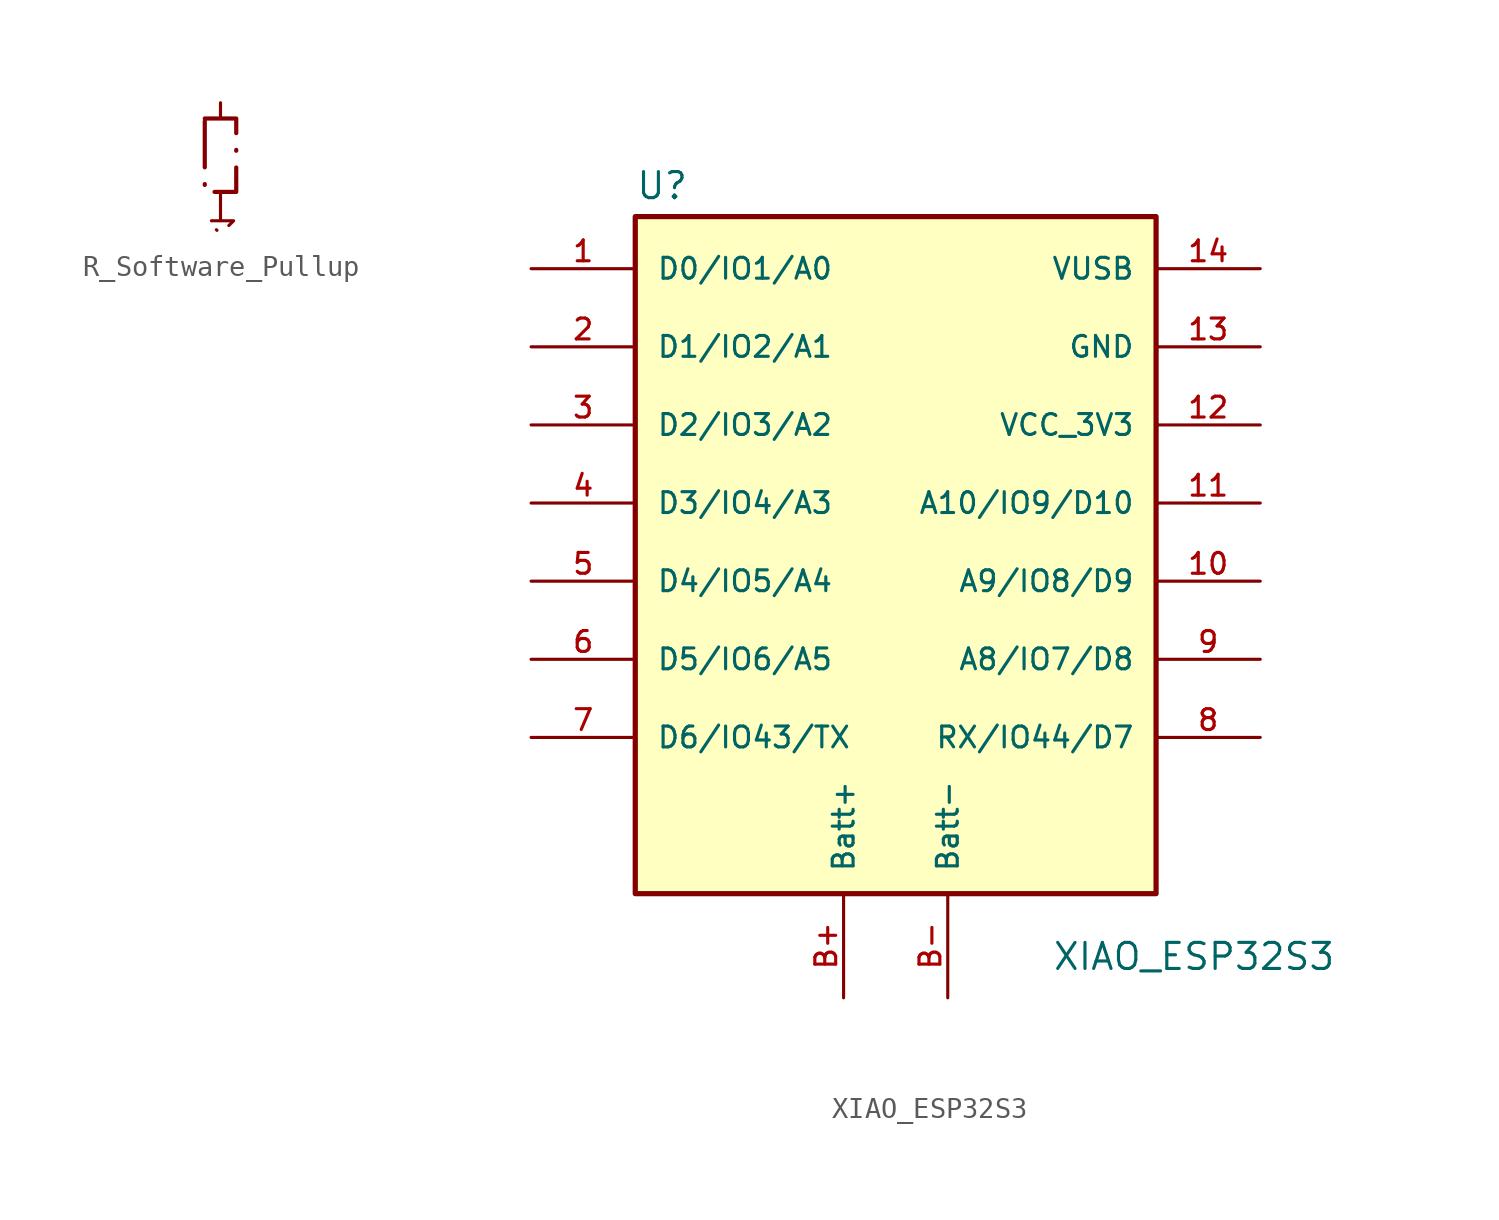
<source format=kicad_sym>
(kicad_symbol_lib
  (version 20241209)
  (generator "kicad_symbol_editor")
  (generator_version "9.0")
  (symbol "R_Software_Pullup"
    (property "Reference" "R_SW_PU"
      (at 3.556 1.016 0)
      (effects (font (size 1.016 1.016)) (hide yes)))
    (symbol "R_Software_Pullup_1_1"
      (rectangle (start -0.762 1.778) (end 0.762 -1.778) (stroke (width 0.203) (type dash_dot)) (fill (type none)))
      (polyline (pts (xy 0 -1.905) (xy 0 -3.175) (xy 0.635 -3.175) (xy 0 -3.81) (xy -0.635 -3.175) (xy 0 -3.175)) (stroke (width 0) (type default)) (fill (type none)))
      (pin passive line (at 0 2.54 270) (length 0.762) (name "~" (effects (font (size 1.27 1.27)))) (number "" (effects (font (size 1.27 1.27)))))))
  (symbol "XIAO_ESP32S3"
    (pin_names
      (offset 1.016))
    (property "Reference" "U"
      (at -12.7 16.002 0)
      (effects (font (size 1.27 1.27)) (justify left bottom)))
    (property "Value" "XIAO_ESP32S3"
      (at 7.62 -21.59 0)
      (effects (font (size 1.27 1.27)) (justify left bottom)))
    (symbol "XIAO_ESP32S3_0_0"
      (rectangle (start -12.7 15.24) (end 12.7 -17.78) (stroke (width 0.254) (type default)) (fill (type background)))
      (pin power_in line (at 17.78 12.7 180) (length 5.08) (name "VUSB" (effects (font (size 1.016 1.016)))) (number "14" (effects (font (size 1.016 1.016)))))
      (pin power_in line (at 17.78 8.89 180) (length 5.08) (name "GND" (effects (font (size 1.016 1.016)))) (number "13" (effects (font (size 1.016 1.016)))))
      (pin power_in line (at 17.78 5.08 180) (length 5.08) (name "VCC_3V3" (effects (font (size 1.016 1.016)))) (number "12" (effects (font (size 1.016 1.016))))))
    (symbol "XIAO_ESP32S3_1_0"
      (pin bidirectional line (at -17.78 12.7 0) (length 5.08) (name "D0/IO1/A0" (effects (font (size 1.016 1.016)))) (number "1" (effects (font (size 1.016 1.016)))))
      (pin bidirectional line (at -17.78 8.89 0) (length 5.08) (name "D1/IO2/A1" (effects (font (size 1.016 1.016)))) (number "2" (effects (font (size 1.016 1.016)))))
      (pin bidirectional line (at -17.78 5.08 0) (length 5.08) (name "D2/IO3/A2" (effects (font (size 1.016 1.016)))) (number "3" (effects (font (size 1.016 1.016)))))
      (pin bidirectional line (at -17.78 1.27 0) (length 5.08) (name "D3/IO4/A3" (effects (font (size 1.016 1.016)))) (number "4" (effects (font (size 1.016 1.016)))))
      (pin bidirectional line (at -17.78 -2.54 0) (length 5.08) (name "D4/IO5/A4" (effects (font (size 1.016 1.016)))) (number "5" (effects (font (size 1.016 1.016)))))
      (pin bidirectional line (at -17.78 -6.35 0) (length 5.08) (name "D5/IO6/A5" (effects (font (size 1.016 1.016)))) (number "6" (effects (font (size 1.016 1.016)))))
      (pin bidirectional line (at -17.78 -10.16 0) (length 5.08) (name "D6/IO43/TX" (effects (font (size 1.016 1.016)))) (number "7" (effects (font (size 1.016 1.016)))))
      (pin power_in line (at -2.54 -22.86 90) (length 5.08) (name "Batt+" (effects (font (size 1.016 1.016)))) (number "B+" (effects (font (size 1.016 1.016)))))
      (pin power_in line (at 2.54 -22.86 90) (length 5.08) (name "Batt-" (effects (font (size 1.016 1.016)))) (number "B-" (effects (font (size 1.016 1.016)))))
      (pin bidirectional line (at 17.78 1.27 180) (length 5.08) (name "A10/IO9/D10" (effects (font (size 1.016 1.016)))) (number "11" (effects (font (size 1.016 1.016)))))
      (pin bidirectional line (at 17.78 -2.54 180) (length 5.08) (name "A9/IO8/D9" (effects (font (size 1.016 1.016)))) (number "10" (effects (font (size 1.016 1.016)))))
      (pin bidirectional line (at 17.78 -6.35 180) (length 5.08) (name "A8/IO7/D8" (effects (font (size 1.016 1.016)))) (number "9" (effects (font (size 1.016 1.016)))))
      (pin bidirectional line (at 17.78 -10.16 180) (length 5.08) (name "RX/IO44/D7" (effects (font (size 1.016 1.016)))) (number "8" (effects (font (size 1.016 1.016))))))))
</source>
